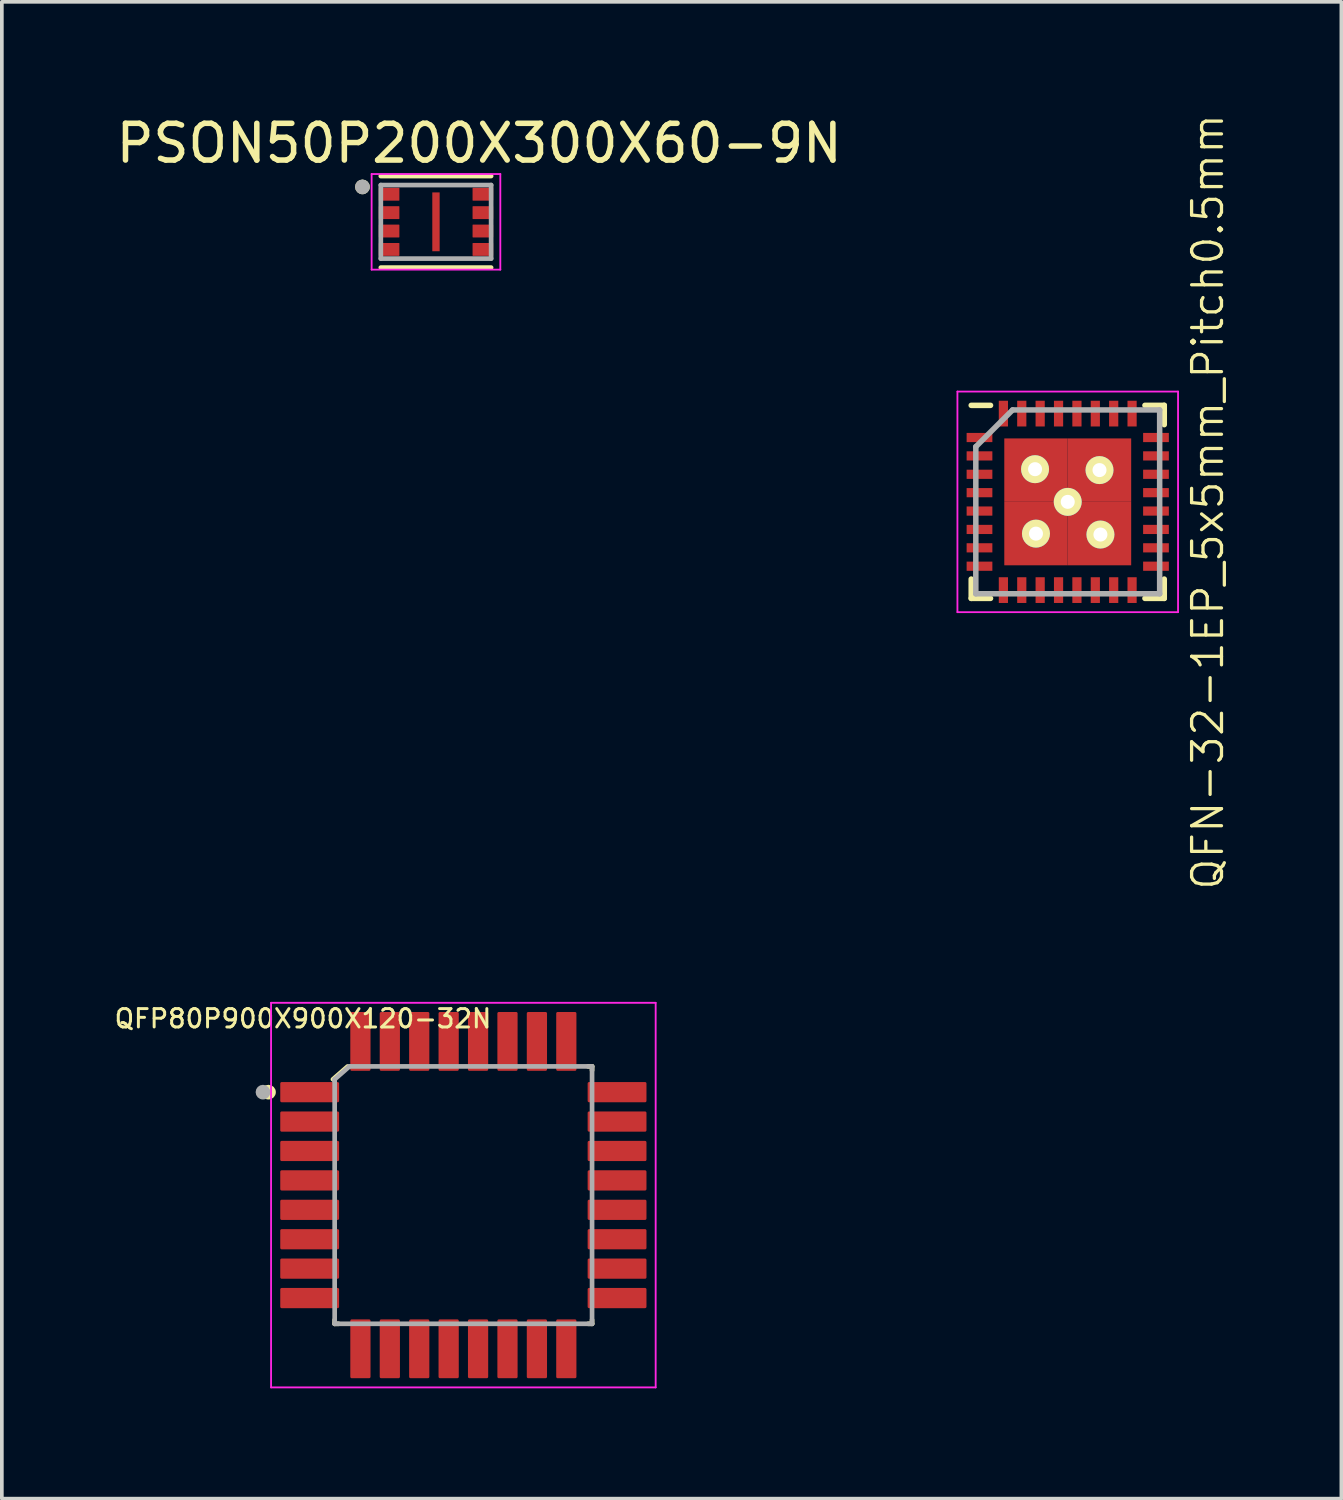
<source format=kicad_pcb>
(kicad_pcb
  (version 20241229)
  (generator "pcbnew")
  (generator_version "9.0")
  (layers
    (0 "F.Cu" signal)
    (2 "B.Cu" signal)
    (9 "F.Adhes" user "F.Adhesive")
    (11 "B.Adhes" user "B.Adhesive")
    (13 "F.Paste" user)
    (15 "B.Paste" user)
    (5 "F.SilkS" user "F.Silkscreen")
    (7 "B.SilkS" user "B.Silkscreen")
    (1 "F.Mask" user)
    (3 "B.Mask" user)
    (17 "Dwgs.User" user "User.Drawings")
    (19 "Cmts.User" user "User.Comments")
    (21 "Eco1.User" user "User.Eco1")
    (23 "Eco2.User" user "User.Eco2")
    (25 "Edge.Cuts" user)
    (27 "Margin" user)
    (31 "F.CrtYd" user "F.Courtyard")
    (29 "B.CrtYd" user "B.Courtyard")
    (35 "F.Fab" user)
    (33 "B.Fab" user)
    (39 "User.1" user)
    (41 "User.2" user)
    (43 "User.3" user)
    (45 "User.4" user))
  (footprint "QFP80P900X900X120-32N"
    (layer "F.Cu")
    (at 9.552 29.453)
    (property "Reference" "QFP80P900X900X120-32N" (at -4.362 -4.8 0) (layer "F.SilkS") (effects (font (size 0.5 0.5) (thickness 0.08))))
    (attr through_hole)
    (fp_line (start -3.55 -3.15) (end -3.15 -3.5) (stroke (width 0.12) (type solid)) (layer "F.SilkS"))
    (fp_line (start -3.5 3.5) (end -3.5 3.395) (stroke (width 0.127) (type solid)) (layer "F.SilkS"))
    (fp_line (start -3.5 3.5) (end -3.395 3.5) (stroke (width 0.127) (type solid)) (layer "F.SilkS"))
    (fp_line (start 3.5 -3.5) (end 3.395 -3.5) (stroke (width 0.127) (type solid)) (layer "F.SilkS"))
    (fp_line (start 3.5 -3.5) (end 3.5 -3.395) (stroke (width 0.127) (type solid)) (layer "F.SilkS"))
    (fp_line (start 3.5 3.5) (end 3.395 3.5) (stroke (width 0.127) (type solid)) (layer "F.SilkS"))
    (fp_line (start 3.5 3.5) (end 3.5 3.395) (stroke (width 0.127) (type solid)) (layer "F.SilkS"))
    (fp_circle (center -5.3 -2.8) (end -5.2 -2.8) (stroke (width 0.2) (type solid)) (fill no) (layer "F.SilkS"))
    (fp_line (start -5.23 -5.23) (end 5.23 -5.23) (stroke (width 0.05) (type solid)) (layer "F.CrtYd"))
    (fp_line (start -5.23 5.23) (end -5.23 -5.23) (stroke (width 0.05) (type solid)) (layer "F.CrtYd"))
    (fp_line (start -5.23 5.23) (end 5.23 5.23) (stroke (width 0.05) (type solid)) (layer "F.CrtYd"))
    (fp_line (start 5.23 5.23) (end 5.23 -5.23) (stroke (width 0.05) (type solid)) (layer "F.CrtYd"))
    (fp_line (start -3.5 -3.15) (end -3.5 -3.1) (stroke (width 0.127) (type solid)) (layer "F.Fab"))
    (fp_line (start -3.5 3.5) (end -3.5 -3.1) (stroke (width 0.127) (type solid)) (layer "F.Fab"))
    (fp_line (start -3.1 -3.5) (end -3.5 -3.15) (stroke (width 0.127) (type solid)) (layer "F.Fab"))
    (fp_line (start 3.5 -3.5) (end -3.1 -3.5) (stroke (width 0.127) (type solid)) (layer "F.Fab"))
    (fp_line (start 3.5 3.5) (end -3.5 3.5) (stroke (width 0.127) (type solid)) (layer "F.Fab"))
    (fp_line (start 3.5 3.5) (end 3.5 -3.5) (stroke (width 0.127) (type solid)) (layer "F.Fab"))
    (fp_circle (center -5.45 -2.8) (end -5.35 -2.8) (stroke (width 0.2) (type solid)) (fill no) (layer "F.Fab"))
    (pad "1" smd roundrect (at -4.18 -2.8) (size 1.6 0.55) (layers "F.Cu" "F.Mask" "F.Paste") (roundrect_rratio 0.07))
    (pad "2" smd roundrect (at -4.18 -2) (size 1.6 0.55) (layers "F.Cu" "F.Mask" "F.Paste") (roundrect_rratio 0.07))
    (pad "3" smd roundrect (at -4.18 -1.2) (size 1.6 0.55) (layers "F.Cu" "F.Mask" "F.Paste") (roundrect_rratio 0.07))
    (pad "4" smd roundrect (at -4.18 -0.4) (size 1.6 0.55) (layers "F.Cu" "F.Mask" "F.Paste") (roundrect_rratio 0.07))
    (pad "5" smd roundrect (at -4.18 0.4) (size 1.6 0.55) (layers "F.Cu" "F.Mask" "F.Paste") (roundrect_rratio 0.07))
    (pad "6" smd roundrect (at -4.18 1.2) (size 1.6 0.55) (layers "F.Cu" "F.Mask" "F.Paste") (roundrect_rratio 0.07))
    (pad "7" smd roundrect (at -4.18 2) (size 1.6 0.55) (layers "F.Cu" "F.Mask" "F.Paste") (roundrect_rratio 0.07))
    (pad "8" smd roundrect (at -4.18 2.8) (size 1.6 0.55) (layers "F.Cu" "F.Mask" "F.Paste") (roundrect_rratio 0.07))
    (pad "9" smd roundrect (at -2.8 4.18 90) (size 1.6 0.55) (layers "F.Cu" "F.Mask" "F.Paste") (roundrect_rratio 0.07))
    (pad "10" smd roundrect (at -2 4.18 90) (size 1.6 0.55) (layers "F.Cu" "F.Mask" "F.Paste") (roundrect_rratio 0.07))
    (pad "11" smd roundrect (at -1.2 4.18 90) (size 1.6 0.55) (layers "F.Cu" "F.Mask" "F.Paste") (roundrect_rratio 0.07))
    (pad "12" smd roundrect (at -0.4 4.18 90) (size 1.6 0.55) (layers "F.Cu" "F.Mask" "F.Paste") (roundrect_rratio 0.07))
    (pad "13" smd roundrect (at 0.4 4.18 90) (size 1.6 0.55) (layers "F.Cu" "F.Mask" "F.Paste") (roundrect_rratio 0.07))
    (pad "14" smd roundrect (at 1.2 4.18 90) (size 1.6 0.55) (layers "F.Cu" "F.Mask" "F.Paste") (roundrect_rratio 0.07))
    (pad "15" smd roundrect (at 2 4.18 90) (size 1.6 0.55) (layers "F.Cu" "F.Mask" "F.Paste") (roundrect_rratio 0.07))
    (pad "16" smd roundrect (at 2.8 4.18 90) (size 1.6 0.55) (layers "F.Cu" "F.Mask" "F.Paste") (roundrect_rratio 0.07))
    (pad "17" smd roundrect (at 4.18 2.8) (size 1.6 0.55) (layers "F.Cu" "F.Mask" "F.Paste") (roundrect_rratio 0.07))
    (pad "18" smd roundrect (at 4.18 2) (size 1.6 0.55) (layers "F.Cu" "F.Mask" "F.Paste") (roundrect_rratio 0.07))
    (pad "19" smd roundrect (at 4.18 1.2) (size 1.6 0.55) (layers "F.Cu" "F.Mask" "F.Paste") (roundrect_rratio 0.07))
    (pad "20" smd roundrect (at 4.18 0.4) (size 1.6 0.55) (layers "F.Cu" "F.Mask" "F.Paste") (roundrect_rratio 0.07))
    (pad "21" smd roundrect (at 4.18 -0.4) (size 1.6 0.55) (layers "F.Cu" "F.Mask" "F.Paste") (roundrect_rratio 0.07))
    (pad "22" smd roundrect (at 4.18 -1.2) (size 1.6 0.55) (layers "F.Cu" "F.Mask" "F.Paste") (roundrect_rratio 0.07))
    (pad "23" smd roundrect (at 4.18 -2) (size 1.6 0.55) (layers "F.Cu" "F.Mask" "F.Paste") (roundrect_rratio 0.07))
    (pad "24" smd roundrect (at 4.18 -2.8) (size 1.6 0.55) (layers "F.Cu" "F.Mask" "F.Paste") (roundrect_rratio 0.07))
    (pad "25" smd roundrect (at 2.8 -4.18 90) (size 1.6 0.55) (layers "F.Cu" "F.Mask" "F.Paste") (roundrect_rratio 0.07))
    (pad "26" smd roundrect (at 2 -4.18 90) (size 1.6 0.55) (layers "F.Cu" "F.Mask" "F.Paste") (roundrect_rratio 0.07))
    (pad "27" smd roundrect (at 1.2 -4.18 90) (size 1.6 0.55) (layers "F.Cu" "F.Mask" "F.Paste") (roundrect_rratio 0.07))
    (pad "28" smd roundrect (at 0.4 -4.18 90) (size 1.6 0.55) (layers "F.Cu" "F.Mask" "F.Paste") (roundrect_rratio 0.07))
    (pad "29" smd roundrect (at -0.4 -4.18 90) (size 1.6 0.55) (layers "F.Cu" "F.Mask" "F.Paste") (roundrect_rratio 0.07))
    (pad "30" smd roundrect (at -1.2 -4.18 90) (size 1.6 0.55) (layers "F.Cu" "F.Mask" "F.Paste") (roundrect_rratio 0.07))
    (pad "31" smd roundrect (at -2 -4.18 90) (size 1.6 0.55) (layers "F.Cu" "F.Mask" "F.Paste") (roundrect_rratio 0.07))
    (pad "32" smd roundrect (at -2.8 -4.18 90) (size 1.6 0.55) (layers "F.Cu" "F.Mask" "F.Paste") (roundrect_rratio 0.07)))
  (footprint "PSON50P200X300X60-9N"
    (layer "F.Cu")
    (at 8.807 2.983)
    (property "Reference" "PSON50P200X300X60-9N" (at 1.175 -2.135 0) (layer "F.SilkS") (effects (font (size 1 1) (thickness 0.15))))
    (attr through_hole)
    (fp_line (start -1.5 -1.245) (end 1.5 -1.245) (stroke (width 0.127) (type solid)) (layer "F.SilkS"))
    (fp_line (start -1.5 1.245) (end 1.5 1.245) (stroke (width 0.127) (type solid)) (layer "F.SilkS"))
    (fp_circle (center -2 -0.95) (end -1.9 -0.95) (stroke (width 0.2) (type solid)) (fill no) (layer "F.SilkS"))
    (fp_poly (pts (xy -0.063 -0.505) (xy 0.063 -0.505) (xy 0.063 0.505) (xy -0.063 0.505)) (stroke (width 0.01) (type solid)) (fill yes) (layer "F.Paste"))
    (fp_line (start -1.75 -1.3) (end -1.75 1.3) (stroke (width 0.05) (type solid)) (layer "F.CrtYd"))
    (fp_line (start -1.75 -1.3) (end 1.75 -1.3) (stroke (width 0.05) (type solid)) (layer "F.CrtYd"))
    (fp_line (start -1.75 1.3) (end 1.75 1.3) (stroke (width 0.05) (type solid)) (layer "F.CrtYd"))
    (fp_line (start 1.75 -1.3) (end 1.75 1.3) (stroke (width 0.05) (type solid)) (layer "F.CrtYd"))
    (fp_line (start -1.5 -1) (end -1.5 1) (stroke (width 0.127) (type solid)) (layer "F.Fab"))
    (fp_line (start -1.5 -1) (end 1.5 -1) (stroke (width 0.127) (type solid)) (layer "F.Fab"))
    (fp_line (start -1.5 1) (end 1.5 1) (stroke (width 0.127) (type solid)) (layer "F.Fab"))
    (fp_line (start 1.5 -1) (end 1.5 1) (stroke (width 0.127) (type solid)) (layer "F.Fab"))
    (fp_circle (center -2 -0.95) (end -1.9 -0.95) (stroke (width 0.2) (type solid)) (fill no) (layer "F.Fab"))
    (pad "1" smd roundrect (at -1.275 -0.75) (size 0.56 0.35) (layers "F.Cu" "F.Mask" "F.Paste") (roundrect_rratio 0.04))
    (pad "2" smd roundrect (at -1.275 -0.25) (size 0.56 0.35) (layers "F.Cu" "F.Mask" "F.Paste") (roundrect_rratio 0.04))
    (pad "3" smd roundrect (at -1.275 0.25) (size 0.56 0.35) (layers "F.Cu" "F.Mask" "F.Paste") (roundrect_rratio 0.04))
    (pad "4" smd roundrect (at -1.275 0.75) (size 0.56 0.35) (layers "F.Cu" "F.Mask" "F.Paste") (roundrect_rratio 0.04))
    (pad "5" smd roundrect (at 1.275 0.75) (size 0.56 0.35) (layers "F.Cu" "F.Mask" "F.Paste") (roundrect_rratio 0.04))
    (pad "6" smd roundrect (at 1.275 0.25) (size 0.56 0.35) (layers "F.Cu" "F.Mask" "F.Paste") (roundrect_rratio 0.04))
    (pad "7" smd roundrect (at 1.275 -0.25) (size 0.56 0.35) (layers "F.Cu" "F.Mask" "F.Paste") (roundrect_rratio 0.04))
    (pad "8" smd roundrect (at 1.275 -0.75) (size 0.56 0.35) (layers "F.Cu" "F.Mask" "F.Paste") (roundrect_rratio 0.04))
    (pad "9" smd rect (at 0 0) (size 0.2 1.6) (layers "F.Cu" "F.Mask")))
  (footprint "QFN-32-1EP_5x5mm_Pitch0.5mm"
    (layer "F.Cu")
    (at 25.989 10.599)
    (property "Reference" "QFN-32-1EP_5x5mm_Pitch0.5mm" (at 3.81 0 90) (layer "F.SilkS") (effects (font (size 0.813 0.813) (thickness 0.089))))
    (attr smd)
    (fp_line (start -2.625 -2.625) (end -2.1 -2.625) (stroke (width 0.15) (type solid)) (layer "F.SilkS"))
    (fp_line (start -2.625 2.625) (end -2.625 2.1) (stroke (width 0.15) (type solid)) (layer "F.SilkS"))
    (fp_line (start -2.625 2.625) (end -2.1 2.625) (stroke (width 0.15) (type solid)) (layer "F.SilkS"))
    (fp_line (start 2.625 -2.625) (end 2.1 -2.625) (stroke (width 0.15) (type solid)) (layer "F.SilkS"))
    (fp_line (start 2.625 -2.625) (end 2.625 -2.1) (stroke (width 0.15) (type solid)) (layer "F.SilkS"))
    (fp_line (start 2.625 2.625) (end 2.1 2.625) (stroke (width 0.15) (type solid)) (layer "F.SilkS"))
    (fp_line (start 2.625 2.625) (end 2.625 2.1) (stroke (width 0.15) (type solid)) (layer "F.SilkS"))
    (fp_line (start -3 -3) (end -3 3) (stroke (width 0.05) (type solid)) (layer "F.CrtYd"))
    (fp_line (start -3 -3) (end 3 -3) (stroke (width 0.05) (type solid)) (layer "F.CrtYd"))
    (fp_line (start -3 3) (end 3 3) (stroke (width 0.05) (type solid)) (layer "F.CrtYd"))
    (fp_line (start 3 -3) (end 3 3) (stroke (width 0.05) (type solid)) (layer "F.CrtYd"))
    (fp_line (start -2.5 -1.5) (end -1.5 -2.5) (stroke (width 0.15) (type solid)) (layer "F.Fab"))
    (fp_line (start -2.5 2.5) (end -2.5 -1.5) (stroke (width 0.15) (type solid)) (layer "F.Fab"))
    (fp_line (start -1.5 -2.5) (end 2.5 -2.5) (stroke (width 0.15) (type solid)) (layer "F.Fab"))
    (fp_line (start 2.5 -2.5) (end 2.5 2.5) (stroke (width 0.15) (type solid)) (layer "F.Fab"))
    (fp_line (start 2.5 2.5) (end -2.5 2.5) (stroke (width 0.15) (type solid)) (layer "F.Fab"))
    (pad "1" smd rect (at -2.4 -1.75) (size 0.7 0.25) (layers "F.Cu" "F.Mask" "F.Paste"))
    (pad "2" smd rect (at -2.4 -1.25) (size 0.7 0.25) (layers "F.Cu" "F.Mask" "F.Paste"))
    (pad "3" smd rect (at -2.4 -0.75) (size 0.7 0.25) (layers "F.Cu" "F.Mask" "F.Paste"))
    (pad "4" smd rect (at -2.4 -0.25) (size 0.7 0.25) (layers "F.Cu" "F.Mask" "F.Paste"))
    (pad "5" smd rect (at -2.4 0.25) (size 0.7 0.25) (layers "F.Cu" "F.Mask" "F.Paste"))
    (pad "5" thru_hole circle (at 0 0) (size 0.762 0.762) (drill 0.381) (layers "*.Cu" "*.Mask" "F.SilkS"))
    (pad "6" smd rect (at -2.4 0.75) (size 0.7 0.25) (layers "F.Cu" "F.Mask" "F.Paste"))
    (pad "7" smd rect (at -2.4 1.25) (size 0.7 0.25) (layers "F.Cu" "F.Mask" "F.Paste"))
    (pad "8" smd rect (at -2.4 1.75) (size 0.7 0.25) (layers "F.Cu" "F.Mask" "F.Paste"))
    (pad "9" smd rect (at -1.75 2.4 90) (size 0.7 0.25) (layers "F.Cu" "F.Mask" "F.Paste"))
    (pad "10" smd rect (at -1.25 2.4 90) (size 0.7 0.25) (layers "F.Cu" "F.Mask" "F.Paste"))
    (pad "11" smd rect (at -0.75 2.4 90) (size 0.7 0.25) (layers "F.Cu" "F.Mask" "F.Paste"))
    (pad "12" smd rect (at -0.25 2.4 90) (size 0.7 0.25) (layers "F.Cu" "F.Mask" "F.Paste"))
    (pad "13" smd rect (at 0.25 2.4 90) (size 0.7 0.25) (layers "F.Cu" "F.Mask" "F.Paste"))
    (pad "14" smd rect (at 0.75 2.4 90) (size 0.7 0.25) (layers "F.Cu" "F.Mask" "F.Paste"))
    (pad "15" smd rect (at 1.25 2.4 90) (size 0.7 0.25) (layers "F.Cu" "F.Mask" "F.Paste"))
    (pad "16" smd rect (at 1.75 2.4 90) (size 0.7 0.25) (layers "F.Cu" "F.Mask" "F.Paste"))
    (pad "17" smd rect (at 2.4 1.75) (size 0.7 0.25) (layers "F.Cu" "F.Mask" "F.Paste"))
    (pad "18" smd rect (at 2.4 1.25) (size 0.7 0.25) (layers "F.Cu" "F.Mask" "F.Paste"))
    (pad "19" smd rect (at 2.4 0.75) (size 0.7 0.25) (layers "F.Cu" "F.Mask" "F.Paste"))
    (pad "20" smd rect (at 2.4 0.25) (size 0.7 0.25) (layers "F.Cu" "F.Mask" "F.Paste"))
    (pad "21" smd rect (at 2.4 -0.25) (size 0.7 0.25) (layers "F.Cu" "F.Mask" "F.Paste"))
    (pad "22" smd rect (at 2.4 -0.75) (size 0.7 0.25) (layers "F.Cu" "F.Mask" "F.Paste"))
    (pad "23" smd rect (at 2.4 -1.25) (size 0.7 0.25) (layers "F.Cu" "F.Mask" "F.Paste"))
    (pad "24" smd rect (at 2.4 -1.75) (size 0.7 0.25) (layers "F.Cu" "F.Mask" "F.Paste"))
    (pad "25" smd rect (at 1.75 -2.4 90) (size 0.7 0.25) (layers "F.Cu" "F.Mask" "F.Paste"))
    (pad "26" smd rect (at 1.25 -2.4 90) (size 0.7 0.25) (layers "F.Cu" "F.Mask" "F.Paste"))
    (pad "27" smd rect (at 0.75 -2.4 90) (size 0.7 0.25) (layers "F.Cu" "F.Mask" "F.Paste"))
    (pad "28" smd rect (at 0.25 -2.4 90) (size 0.7 0.25) (layers "F.Cu" "F.Mask" "F.Paste"))
    (pad "29" smd rect (at -0.25 -2.4 90) (size 0.7 0.25) (layers "F.Cu" "F.Mask" "F.Paste"))
    (pad "30" smd rect (at -0.75 -2.4 90) (size 0.7 0.25) (layers "F.Cu" "F.Mask" "F.Paste"))
    (pad "31" smd rect (at -1.25 -2.4 90) (size 0.7 0.25) (layers "F.Cu" "F.Mask" "F.Paste"))
    (pad "32" smd rect (at -1.75 -2.4 90) (size 0.7 0.25) (layers "F.Cu" "F.Mask" "F.Paste"))
    (pad "PAD" thru_hole circle (at -0.889 -0.889) (size 0.762 0.762) (drill 0.381) (layers "*.Cu" "*.Mask" "F.SilkS"))
    (pad "PAD" thru_hole circle (at -0.864 0.864) (size 0.762 0.762) (drill 0.381) (layers "*.Cu" "*.Mask" "F.SilkS"))
    (pad "PAD" smd rect (at -0.863 -0.863) (size 1.725 1.725) (layers "F.Cu" "F.Mask" "F.Paste"))
    (pad "PAD" smd rect (at -0.863 0.863) (size 1.725 1.725) (layers "F.Cu" "F.Mask" "F.Paste"))
    (pad "PAD" smd rect (at 0.863 -0.863) (size 1.725 1.725) (layers "F.Cu" "F.Mask" "F.Paste"))
    (pad "PAD" smd rect (at 0.863 0.863) (size 1.725 1.725) (layers "F.Cu" "F.Mask" "F.Paste"))
    (pad "PAD" thru_hole circle (at 0.864 -0.864) (size 0.762 0.762) (drill 0.381) (layers "*.Cu" "*.Mask" "F.SilkS"))
    (pad "PAD" thru_hole circle (at 0.889 0.889) (size 0.762 0.762) (drill 0.381) (layers "*.Cu" "*.Mask" "F.SilkS")))
  (gr_rect
    (start -3 -3)
    (end 33.431 37.708)
    (stroke (width 0.1) (type default))
    (fill no)
    (layer "Edge.Cuts")))
</source>
